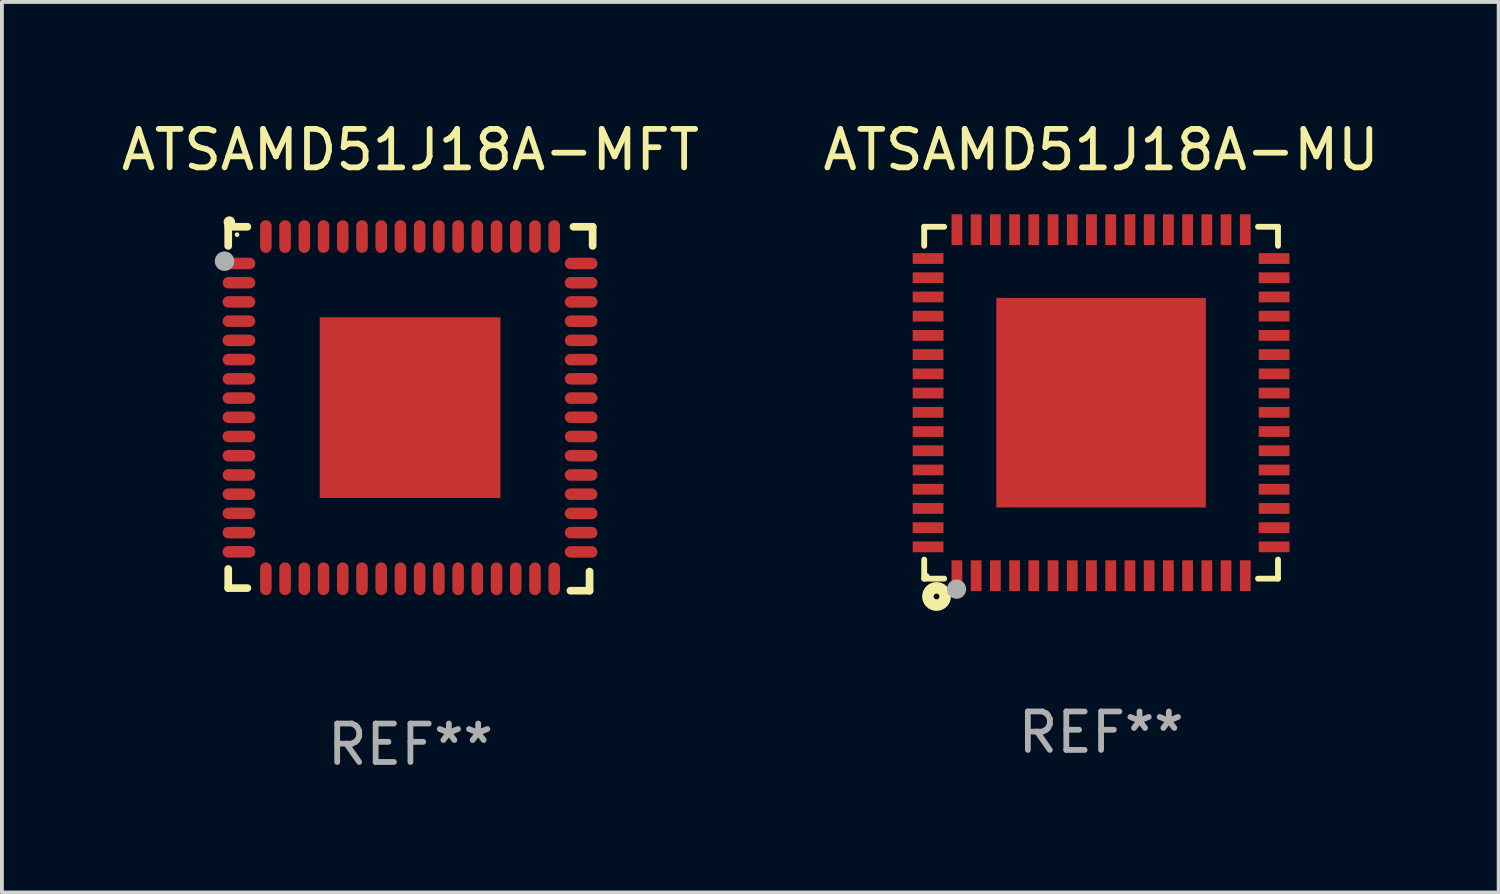
<source format=kicad_pcb>
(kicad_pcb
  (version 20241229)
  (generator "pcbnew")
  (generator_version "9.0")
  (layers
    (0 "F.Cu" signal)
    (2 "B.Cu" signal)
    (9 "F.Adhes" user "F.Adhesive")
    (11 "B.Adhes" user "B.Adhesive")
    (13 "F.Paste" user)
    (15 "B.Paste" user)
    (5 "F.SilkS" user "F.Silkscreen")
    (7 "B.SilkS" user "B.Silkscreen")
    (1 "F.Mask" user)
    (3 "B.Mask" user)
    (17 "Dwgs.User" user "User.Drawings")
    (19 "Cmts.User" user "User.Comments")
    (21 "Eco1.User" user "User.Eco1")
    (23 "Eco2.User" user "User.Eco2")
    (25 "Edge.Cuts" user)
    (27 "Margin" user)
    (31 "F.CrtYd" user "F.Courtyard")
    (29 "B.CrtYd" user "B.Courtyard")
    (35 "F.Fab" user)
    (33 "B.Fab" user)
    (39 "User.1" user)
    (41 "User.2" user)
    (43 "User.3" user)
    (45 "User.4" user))
  (footprint "ATSAMD51J18A-MU"
    (layer "F.Cu")
    (at 25.589 7.424)
    (property "Reference" "ATSAMD51J18A-MU" (at 0 -6.576 0) (layer "F.SilkS") (effects (font (size 1 1) (thickness 0.15))))
    (attr through_hole)
    (fp_line (start -4.601 -4.576) (end -4.081 -4.576) (stroke (width 0.152) (type solid)) (layer "F.SilkS"))
    (fp_line (start -4.601 -4.081) (end -4.601 -4.576) (stroke (width 0.152) (type solid)) (layer "F.SilkS"))
    (fp_line (start -4.601 4.081) (end -4.601 4.576) (stroke (width 0.152) (type solid)) (layer "F.SilkS"))
    (fp_line (start -4.601 4.576) (end -4.081 4.576) (stroke (width 0.152) (type solid)) (layer "F.SilkS"))
    (fp_line (start 4.601 -4.576) (end 4.081 -4.576) (stroke (width 0.152) (type solid)) (layer "F.SilkS"))
    (fp_line (start 4.601 -4.081) (end 4.601 -4.576) (stroke (width 0.152) (type solid)) (layer "F.SilkS"))
    (fp_line (start 4.601 4.081) (end 4.601 4.576) (stroke (width 0.152) (type solid)) (layer "F.SilkS"))
    (fp_line (start 4.601 4.576) (end 4.081 4.576) (stroke (width 0.152) (type solid)) (layer "F.SilkS"))
    (fp_circle (center -4.525 4.5) (end -4.495 4.5) (stroke (width 0.06) (type solid)) (fill no) (layer "F.SilkS"))
    (fp_circle (center -4.28 5.04) (end -4.205 5.04) (stroke (width 0.3) (type solid)) (fill no) (layer "F.SilkS"))
    (fp_circle (center -3.76 4.85) (end -3.635 4.85) (stroke (width 0.25) (type solid)) (fill no) (layer "F.Fab"))
    (fp_text user "REF**" (at 0 8.576 0) (layer "F.Fab") (effects (font (size 1 1) (thickness 0.15))))
    (pad "1" smd rect (at -3.75 4.5) (size 0.28 0.8) (layers "F.Cu" "F.Mask" "F.Paste"))
    (pad "2" smd rect (at -3.25 4.5) (size 0.28 0.8) (layers "F.Cu" "F.Mask" "F.Paste"))
    (pad "3" smd rect (at -2.75 4.5) (size 0.28 0.8) (layers "F.Cu" "F.Mask" "F.Paste"))
    (pad "4" smd rect (at -2.25 4.5) (size 0.28 0.8) (layers "F.Cu" "F.Mask" "F.Paste"))
    (pad "5" smd rect (at -1.75 4.5) (size 0.28 0.8) (layers "F.Cu" "F.Mask" "F.Paste"))
    (pad "6" smd rect (at -1.25 4.5) (size 0.28 0.8) (layers "F.Cu" "F.Mask" "F.Paste"))
    (pad "7" smd rect (at -0.75 4.5) (size 0.28 0.8) (layers "F.Cu" "F.Mask" "F.Paste"))
    (pad "8" smd rect (at -0.25 4.5) (size 0.28 0.8) (layers "F.Cu" "F.Mask" "F.Paste"))
    (pad "9" smd rect (at 0.25 4.5) (size 0.28 0.8) (layers "F.Cu" "F.Mask" "F.Paste"))
    (pad "10" smd rect (at 0.75 4.5) (size 0.28 0.8) (layers "F.Cu" "F.Mask" "F.Paste"))
    (pad "11" smd rect (at 1.25 4.5) (size 0.28 0.8) (layers "F.Cu" "F.Mask" "F.Paste"))
    (pad "12" smd rect (at 1.75 4.5) (size 0.28 0.8) (layers "F.Cu" "F.Mask" "F.Paste"))
    (pad "13" smd rect (at 2.25 4.5) (size 0.28 0.8) (layers "F.Cu" "F.Mask" "F.Paste"))
    (pad "14" smd rect (at 2.75 4.5) (size 0.28 0.8) (layers "F.Cu" "F.Mask" "F.Paste"))
    (pad "15" smd rect (at 3.25 4.5) (size 0.28 0.8) (layers "F.Cu" "F.Mask" "F.Paste"))
    (pad "16" smd rect (at 3.75 4.5) (size 0.28 0.8) (layers "F.Cu" "F.Mask" "F.Paste"))
    (pad "17" smd rect (at 4.5 3.75) (size 0.8 0.28) (layers "F.Cu" "F.Mask" "F.Paste"))
    (pad "18" smd rect (at 4.5 3.25) (size 0.8 0.28) (layers "F.Cu" "F.Mask" "F.Paste"))
    (pad "19" smd rect (at 4.5 2.75) (size 0.8 0.28) (layers "F.Cu" "F.Mask" "F.Paste"))
    (pad "20" smd rect (at 4.5 2.25) (size 0.8 0.28) (layers "F.Cu" "F.Mask" "F.Paste"))
    (pad "21" smd rect (at 4.5 1.75) (size 0.8 0.28) (layers "F.Cu" "F.Mask" "F.Paste"))
    (pad "22" smd rect (at 4.5 1.25) (size 0.8 0.28) (layers "F.Cu" "F.Mask" "F.Paste"))
    (pad "23" smd rect (at 4.5 0.75) (size 0.8 0.28) (layers "F.Cu" "F.Mask" "F.Paste"))
    (pad "24" smd rect (at 4.5 0.25) (size 0.8 0.28) (layers "F.Cu" "F.Mask" "F.Paste"))
    (pad "25" smd rect (at 4.5 -0.25) (size 0.8 0.28) (layers "F.Cu" "F.Mask" "F.Paste"))
    (pad "26" smd rect (at 4.5 -0.75) (size 0.8 0.28) (layers "F.Cu" "F.Mask" "F.Paste"))
    (pad "27" smd rect (at 4.5 -1.25) (size 0.8 0.28) (layers "F.Cu" "F.Mask" "F.Paste"))
    (pad "28" smd rect (at 4.5 -1.75) (size 0.8 0.28) (layers "F.Cu" "F.Mask" "F.Paste"))
    (pad "29" smd rect (at 4.5 -2.25) (size 0.8 0.28) (layers "F.Cu" "F.Mask" "F.Paste"))
    (pad "30" smd rect (at 4.5 -2.75) (size 0.8 0.28) (layers "F.Cu" "F.Mask" "F.Paste"))
    (pad "31" smd rect (at 4.5 -3.25) (size 0.8 0.28) (layers "F.Cu" "F.Mask" "F.Paste"))
    (pad "32" smd rect (at 4.5 -3.75) (size 0.8 0.28) (layers "F.Cu" "F.Mask" "F.Paste"))
    (pad "33" smd rect (at 3.75 -4.5) (size 0.28 0.8) (layers "F.Cu" "F.Mask" "F.Paste"))
    (pad "34" smd rect (at 3.25 -4.5) (size 0.28 0.8) (layers "F.Cu" "F.Mask" "F.Paste"))
    (pad "35" smd rect (at 2.75 -4.5) (size 0.28 0.8) (layers "F.Cu" "F.Mask" "F.Paste"))
    (pad "36" smd rect (at 2.25 -4.5) (size 0.28 0.8) (layers "F.Cu" "F.Mask" "F.Paste"))
    (pad "37" smd rect (at 1.75 -4.5) (size 0.28 0.8) (layers "F.Cu" "F.Mask" "F.Paste"))
    (pad "38" smd rect (at 1.25 -4.5) (size 0.28 0.8) (layers "F.Cu" "F.Mask" "F.Paste"))
    (pad "39" smd rect (at 0.75 -4.5) (size 0.28 0.8) (layers "F.Cu" "F.Mask" "F.Paste"))
    (pad "40" smd rect (at 0.25 -4.5) (size 0.28 0.8) (layers "F.Cu" "F.Mask" "F.Paste"))
    (pad "41" smd rect (at -0.25 -4.5) (size 0.28 0.8) (layers "F.Cu" "F.Mask" "F.Paste"))
    (pad "42" smd rect (at -0.75 -4.5) (size 0.28 0.8) (layers "F.Cu" "F.Mask" "F.Paste"))
    (pad "43" smd rect (at -1.25 -4.5) (size 0.28 0.8) (layers "F.Cu" "F.Mask" "F.Paste"))
    (pad "44" smd rect (at -1.75 -4.5) (size 0.28 0.8) (layers "F.Cu" "F.Mask" "F.Paste"))
    (pad "45" smd rect (at -2.25 -4.5) (size 0.28 0.8) (layers "F.Cu" "F.Mask" "F.Paste"))
    (pad "46" smd rect (at -2.75 -4.5) (size 0.28 0.8) (layers "F.Cu" "F.Mask" "F.Paste"))
    (pad "47" smd rect (at -3.25 -4.5) (size 0.28 0.8) (layers "F.Cu" "F.Mask" "F.Paste"))
    (pad "48" smd rect (at -3.75 -4.5) (size 0.28 0.8) (layers "F.Cu" "F.Mask" "F.Paste"))
    (pad "49" smd rect (at -4.5 -3.75) (size 0.8 0.28) (layers "F.Cu" "F.Mask" "F.Paste"))
    (pad "50" smd rect (at -4.5 -3.25) (size 0.8 0.28) (layers "F.Cu" "F.Mask" "F.Paste"))
    (pad "51" smd rect (at -4.5 -2.75) (size 0.8 0.28) (layers "F.Cu" "F.Mask" "F.Paste"))
    (pad "52" smd rect (at -4.5 -2.25) (size 0.8 0.28) (layers "F.Cu" "F.Mask" "F.Paste"))
    (pad "53" smd rect (at -4.5 -1.75) (size 0.8 0.28) (layers "F.Cu" "F.Mask" "F.Paste"))
    (pad "54" smd rect (at -4.5 -1.25) (size 0.8 0.28) (layers "F.Cu" "F.Mask" "F.Paste"))
    (pad "55" smd rect (at -4.5 -0.75) (size 0.8 0.28) (layers "F.Cu" "F.Mask" "F.Paste"))
    (pad "56" smd rect (at -4.5 -0.25) (size 0.8 0.28) (layers "F.Cu" "F.Mask" "F.Paste"))
    (pad "57" smd rect (at -4.5 0.25) (size 0.8 0.28) (layers "F.Cu" "F.Mask" "F.Paste"))
    (pad "58" smd rect (at -4.5 0.75) (size 0.8 0.28) (layers "F.Cu" "F.Mask" "F.Paste"))
    (pad "59" smd rect (at -4.5 1.25) (size 0.8 0.28) (layers "F.Cu" "F.Mask" "F.Paste"))
    (pad "60" smd rect (at -4.5 1.75) (size 0.8 0.28) (layers "F.Cu" "F.Mask" "F.Paste"))
    (pad "61" smd rect (at -4.5 2.25) (size 0.8 0.28) (layers "F.Cu" "F.Mask" "F.Paste"))
    (pad "62" smd rect (at -4.5 2.75) (size 0.8 0.28) (layers "F.Cu" "F.Mask" "F.Paste"))
    (pad "63" smd rect (at -4.5 3.25) (size 0.8 0.28) (layers "F.Cu" "F.Mask" "F.Paste"))
    (pad "64" smd rect (at -4.5 3.75) (size 0.8 0.28) (layers "F.Cu" "F.Mask" "F.Paste"))
    (pad "65" smd rect (at 0 0) (size 5.45 5.45) (layers "F.Cu" "F.Mask" "F.Paste")))
  (footprint "ATSAMD51J18A-MFT"
    (layer "F.Cu")
    (at 7.625 7.581)
    (property "Reference" "ATSAMD51J18A-MFT" (at 0 -6.733 0) (layer "F.SilkS") (effects (font (size 1 1) (thickness 0.15))))
    (attr through_hole)
    (fp_line (start -4.739 -4.733) (end -4.241 -4.733) (stroke (width 0.2) (type solid)) (layer "F.SilkS"))
    (fp_line (start -4.739 -4.235) (end -4.739 -4.733) (stroke (width 0.2) (type solid)) (layer "F.SilkS"))
    (fp_line (start -4.739 4.168) (end -4.739 4.665) (stroke (width 0.2) (type solid)) (layer "F.SilkS"))
    (fp_line (start -4.739 4.665) (end -4.241 4.665) (stroke (width 0.2) (type solid)) (layer "F.SilkS"))
    (fp_line (start 4.161 4.733) (end 4.659 4.733) (stroke (width 0.2) (type solid)) (layer "F.SilkS"))
    (fp_line (start 4.241 -4.733) (end 4.739 -4.733) (stroke (width 0.2) (type solid)) (layer "F.SilkS"))
    (fp_line (start 4.659 4.733) (end 4.659 4.235) (stroke (width 0.2) (type solid)) (layer "F.SilkS"))
    (fp_line (start 4.739 -4.733) (end 4.739 -4.235) (stroke (width 0.2) (type solid)) (layer "F.SilkS"))
    (fp_arc (start -4.708623 -4.85108) (mid -4.708628 -4.85235) (end -4.708623 -4.85362) (stroke (width 0.3) (type solid)) (layer "F.SilkS"))
    (fp_circle (center -4.51 -4.528) (end -4.48 -4.528) (stroke (width 0.06) (type solid)) (fill no) (layer "F.SilkS"))
    (fp_circle (center -4.835 -3.838) (end -4.708 -3.838) (stroke (width 0.254) (type solid)) (fill no) (layer "F.Fab"))
    (fp_text user "REF**" (at 0 8.733 0) (layer "F.Fab") (effects (font (size 1 1) (thickness 0.15))))
    (pad "1" smd oval (at -4.46 -3.778) (size 0.85 0.3) (layers "F.Cu" "F.Mask" "F.Paste"))
    (pad "2" smd oval (at -4.46 -3.278) (size 0.85 0.3) (layers "F.Cu" "F.Mask" "F.Paste"))
    (pad "3" smd oval (at -4.46 -2.778) (size 0.85 0.3) (layers "F.Cu" "F.Mask" "F.Paste"))
    (pad "4" smd oval (at -4.46 -2.278) (size 0.85 0.3) (layers "F.Cu" "F.Mask" "F.Paste"))
    (pad "5" smd oval (at -4.46 -1.778) (size 0.85 0.3) (layers "F.Cu" "F.Mask" "F.Paste"))
    (pad "6" smd oval (at -4.46 -1.278) (size 0.85 0.3) (layers "F.Cu" "F.Mask" "F.Paste"))
    (pad "7" smd oval (at -4.46 -0.778) (size 0.85 0.3) (layers "F.Cu" "F.Mask" "F.Paste"))
    (pad "8" smd oval (at -4.46 -0.278) (size 0.85 0.3) (layers "F.Cu" "F.Mask" "F.Paste"))
    (pad "9" smd oval (at -4.46 0.222) (size 0.85 0.3) (layers "F.Cu" "F.Mask" "F.Paste"))
    (pad "10" smd oval (at -4.46 0.722) (size 0.85 0.3) (layers "F.Cu" "F.Mask" "F.Paste"))
    (pad "11" smd oval (at -4.46 1.222) (size 0.85 0.3) (layers "F.Cu" "F.Mask" "F.Paste"))
    (pad "12" smd oval (at -4.46 1.722) (size 0.85 0.3) (layers "F.Cu" "F.Mask" "F.Paste"))
    (pad "13" smd oval (at -4.46 2.222) (size 0.85 0.3) (layers "F.Cu" "F.Mask" "F.Paste"))
    (pad "14" smd oval (at -4.46 2.722) (size 0.85 0.3) (layers "F.Cu" "F.Mask" "F.Paste"))
    (pad "15" smd oval (at -4.46 3.222) (size 0.85 0.3) (layers "F.Cu" "F.Mask" "F.Paste"))
    (pad "16" smd oval (at -4.46 3.722) (size 0.85 0.3) (layers "F.Cu" "F.Mask" "F.Paste"))
    (pad "17" smd oval (at -3.76 4.422) (size 0.3 0.85) (layers "F.Cu" "F.Mask" "F.Paste"))
    (pad "18" smd oval (at -3.26 4.422) (size 0.3 0.85) (layers "F.Cu" "F.Mask" "F.Paste"))
    (pad "19" smd oval (at -2.76 4.422) (size 0.3 0.85) (layers "F.Cu" "F.Mask" "F.Paste"))
    (pad "20" smd oval (at -2.26 4.422) (size 0.3 0.85) (layers "F.Cu" "F.Mask" "F.Paste"))
    (pad "21" smd oval (at -1.76 4.422) (size 0.3 0.85) (layers "F.Cu" "F.Mask" "F.Paste"))
    (pad "22" smd oval (at -1.26 4.422) (size 0.3 0.85) (layers "F.Cu" "F.Mask" "F.Paste"))
    (pad "23" smd oval (at -0.76 4.422) (size 0.3 0.85) (layers "F.Cu" "F.Mask" "F.Paste"))
    (pad "24" smd oval (at -0.26 4.422) (size 0.3 0.85) (layers "F.Cu" "F.Mask" "F.Paste"))
    (pad "25" smd oval (at 0.24 4.422) (size 0.3 0.85) (layers "F.Cu" "F.Mask" "F.Paste"))
    (pad "26" smd oval (at 0.74 4.422) (size 0.3 0.85) (layers "F.Cu" "F.Mask" "F.Paste"))
    (pad "27" smd oval (at 1.24 4.422) (size 0.3 0.85) (layers "F.Cu" "F.Mask" "F.Paste"))
    (pad "28" smd oval (at 1.74 4.422) (size 0.3 0.85) (layers "F.Cu" "F.Mask" "F.Paste"))
    (pad "29" smd oval (at 2.24 4.422) (size 0.3 0.85) (layers "F.Cu" "F.Mask" "F.Paste"))
    (pad "30" smd oval (at 2.74 4.422) (size 0.3 0.85) (layers "F.Cu" "F.Mask" "F.Paste"))
    (pad "31" smd oval (at 3.24 4.422) (size 0.3 0.85) (layers "F.Cu" "F.Mask" "F.Paste"))
    (pad "32" smd oval (at 3.74 4.422) (size 0.3 0.85) (layers "F.Cu" "F.Mask" "F.Paste"))
    (pad "33" smd oval (at 4.44 3.723) (size 0.85 0.3) (layers "F.Cu" "F.Mask" "F.Paste"))
    (pad "34" smd oval (at 4.44 3.222) (size 0.85 0.3) (layers "F.Cu" "F.Mask" "F.Paste"))
    (pad "35" smd oval (at 4.44 2.723) (size 0.85 0.3) (layers "F.Cu" "F.Mask" "F.Paste"))
    (pad "36" smd oval (at 4.44 2.222) (size 0.85 0.3) (layers "F.Cu" "F.Mask" "F.Paste"))
    (pad "37" smd oval (at 4.44 1.723) (size 0.85 0.3) (layers "F.Cu" "F.Mask" "F.Paste"))
    (pad "38" smd oval (at 4.44 1.222) (size 0.85 0.3) (layers "F.Cu" "F.Mask" "F.Paste"))
    (pad "39" smd oval (at 4.44 0.723) (size 0.85 0.3) (layers "F.Cu" "F.Mask" "F.Paste"))
    (pad "40" smd oval (at 4.44 0.222) (size 0.85 0.3) (layers "F.Cu" "F.Mask" "F.Paste"))
    (pad "41" smd oval (at 4.44 -0.277) (size 0.85 0.3) (layers "F.Cu" "F.Mask" "F.Paste"))
    (pad "42" smd oval (at 4.44 -0.778) (size 0.85 0.3) (layers "F.Cu" "F.Mask" "F.Paste"))
    (pad "43" smd oval (at 4.44 -1.277) (size 0.85 0.3) (layers "F.Cu" "F.Mask" "F.Paste"))
    (pad "44" smd oval (at 4.44 -1.778) (size 0.85 0.3) (layers "F.Cu" "F.Mask" "F.Paste"))
    (pad "45" smd oval (at 4.44 -2.277) (size 0.85 0.3) (layers "F.Cu" "F.Mask" "F.Paste"))
    (pad "46" smd oval (at 4.44 -2.778) (size 0.85 0.3) (layers "F.Cu" "F.Mask" "F.Paste"))
    (pad "47" smd oval (at 4.44 -3.277) (size 0.85 0.3) (layers "F.Cu" "F.Mask" "F.Paste"))
    (pad "48" smd oval (at 4.44 -3.778) (size 0.85 0.3) (layers "F.Cu" "F.Mask" "F.Paste"))
    (pad "49" smd oval (at 3.74 -4.478) (size 0.3 0.85) (layers "F.Cu" "F.Mask" "F.Paste"))
    (pad "50" smd oval (at 3.24 -4.478) (size 0.3 0.85) (layers "F.Cu" "F.Mask" "F.Paste"))
    (pad "51" smd oval (at 2.74 -4.478) (size 0.3 0.85) (layers "F.Cu" "F.Mask" "F.Paste"))
    (pad "52" smd oval (at 2.24 -4.478) (size 0.3 0.85) (layers "F.Cu" "F.Mask" "F.Paste"))
    (pad "53" smd oval (at 1.74 -4.478) (size 0.3 0.85) (layers "F.Cu" "F.Mask" "F.Paste"))
    (pad "54" smd oval (at 1.24 -4.478) (size 0.3 0.85) (layers "F.Cu" "F.Mask" "F.Paste"))
    (pad "55" smd oval (at 0.74 -4.478) (size 0.3 0.85) (layers "F.Cu" "F.Mask" "F.Paste"))
    (pad "56" smd oval (at 0.24 -4.478) (size 0.3 0.85) (layers "F.Cu" "F.Mask" "F.Paste"))
    (pad "57" smd oval (at -0.26 -4.478) (size 0.3 0.85) (layers "F.Cu" "F.Mask" "F.Paste"))
    (pad "58" smd oval (at -0.76 -4.478) (size 0.3 0.85) (layers "F.Cu" "F.Mask" "F.Paste"))
    (pad "59" smd oval (at -1.26 -4.478) (size 0.3 0.85) (layers "F.Cu" "F.Mask" "F.Paste"))
    (pad "60" smd oval (at -1.76 -4.478) (size 0.3 0.85) (layers "F.Cu" "F.Mask" "F.Paste"))
    (pad "61" smd oval (at -2.26 -4.478) (size 0.3 0.85) (layers "F.Cu" "F.Mask" "F.Paste"))
    (pad "62" smd oval (at -2.76 -4.478) (size 0.3 0.85) (layers "F.Cu" "F.Mask" "F.Paste"))
    (pad "63" smd oval (at -3.26 -4.478) (size 0.3 0.85) (layers "F.Cu" "F.Mask" "F.Paste"))
    (pad "64" smd oval (at -3.76 -4.478) (size 0.3 0.85) (layers "F.Cu" "F.Mask" "F.Paste"))
    (pad "65" smd rect (at -0.009 -0.028 90) (size 4.7 4.7) (layers "F.Cu" "F.Mask" "F.Paste")))
  (gr_rect
    (start -3 -3)
    (end 35.929 20.162)
    (stroke (width 0.1) (type default))
    (fill no)
    (layer "Edge.Cuts")))
</source>
